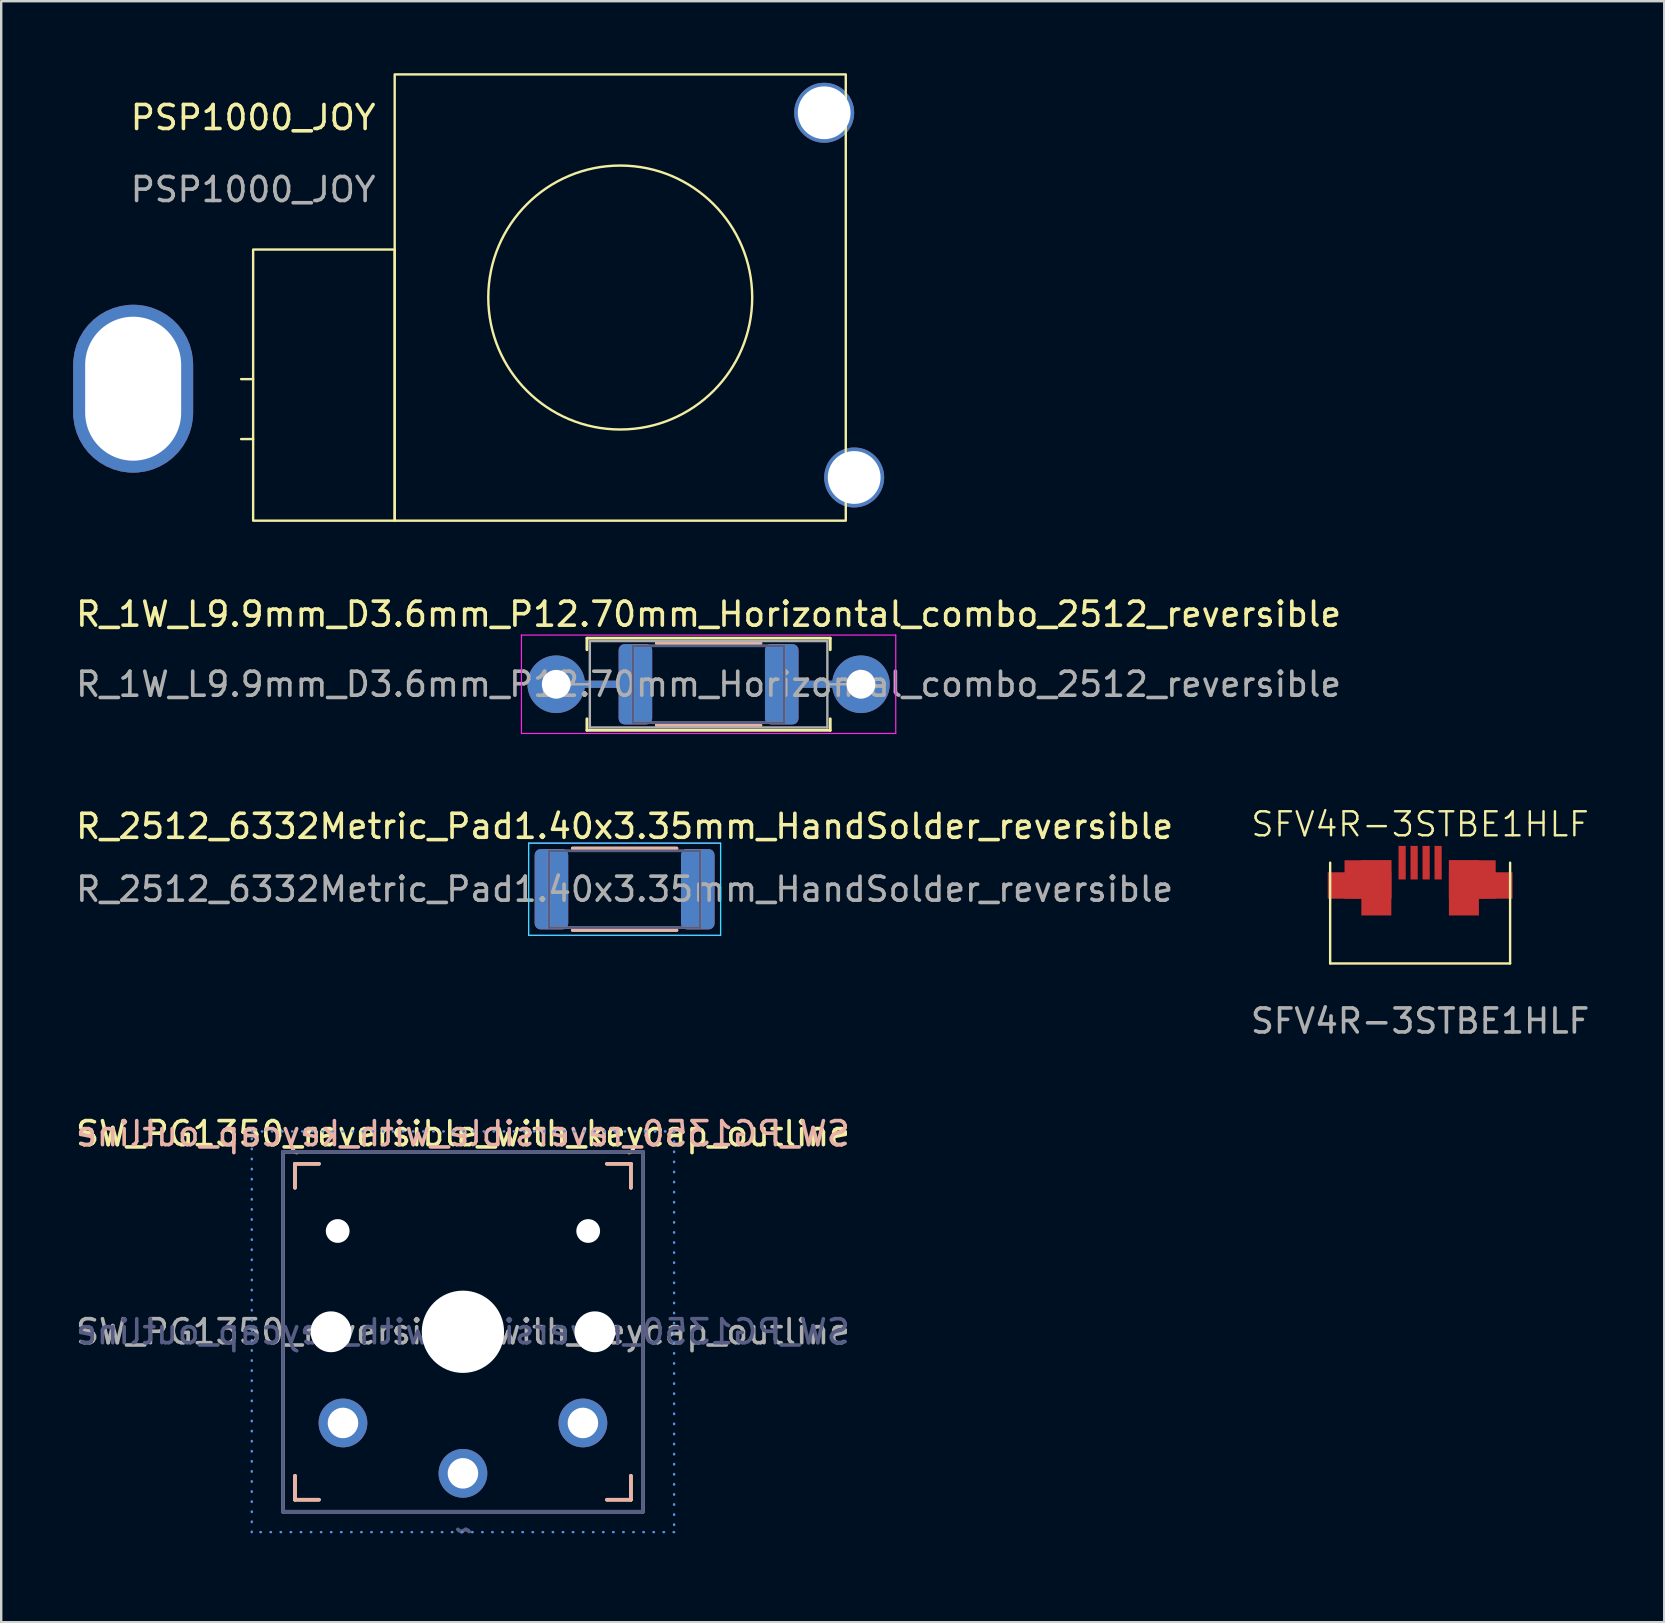
<source format=kicad_pcb>
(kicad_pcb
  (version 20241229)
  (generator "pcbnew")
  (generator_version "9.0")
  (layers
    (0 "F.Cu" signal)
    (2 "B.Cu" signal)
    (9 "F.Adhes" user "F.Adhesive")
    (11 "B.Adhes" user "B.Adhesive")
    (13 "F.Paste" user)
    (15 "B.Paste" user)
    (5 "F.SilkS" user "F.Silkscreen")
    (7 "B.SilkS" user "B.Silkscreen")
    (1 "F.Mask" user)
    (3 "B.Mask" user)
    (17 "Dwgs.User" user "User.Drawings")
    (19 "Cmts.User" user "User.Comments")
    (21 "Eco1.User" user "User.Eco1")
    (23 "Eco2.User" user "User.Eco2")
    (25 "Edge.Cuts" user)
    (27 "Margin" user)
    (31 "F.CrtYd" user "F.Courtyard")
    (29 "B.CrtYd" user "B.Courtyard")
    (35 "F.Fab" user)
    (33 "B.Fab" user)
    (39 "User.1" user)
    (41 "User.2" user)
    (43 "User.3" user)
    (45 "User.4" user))
  (footprint "PSP1000_JOY"
    (layer "F.Cu")
    (at 7.5 13.25)
    (property "Reference" "PSP1000_JOY" (at 0 -11.4 0) (unlocked yes) (layer "F.SilkS") (effects (font (size 1 1) (thickness 0.15))))
    (fp_line (start -0.5 -0.5) (end 0 -0.5) (stroke (width 0.1) (type default)) (layer "F.SilkS"))
    (fp_line (start -0.5 2) (end 0 2) (stroke (width 0.1) (type default)) (layer "F.SilkS"))
    (fp_rect (start 0 -5.9) (end 5.9 5.4) (stroke (width 0.1) (type default)) (fill no) (layer "F.SilkS"))
    (fp_rect (start 5.9 -13.2) (end 24.7 5.4) (stroke (width 0.1) (type default)) (fill no) (layer "F.SilkS"))
    (fp_circle (center 15.3 -3.9) (end 20.8 -3.9) (stroke (width 0.1) (type default)) (fill no) (layer "F.SilkS"))
    (fp_text user "${REFERENCE}" (at 0 -8.4 0) (unlocked yes) (layer "F.Fab") (effects (font (size 1 1) (thickness 0.15))))
    (pad "" np_thru_hole roundrect (at -5 -0.1) (size 5 7) (drill oval 4 6) (layers "*.Cu" "*.Mask") (roundrect_rratio 0.5))
    (pad "" np_thru_hole circle (at 23.8 -11.6) (size 2.5 2.5) (drill 2.2) (layers "*.Cu" "*.Mask"))
    (pad "" np_thru_hole circle (at 25.05 3.6) (size 2.5 2.5) (drill 2.2) (layers "*.Cu" "*.Mask")))
  (footprint "SW_PG1350_reversible_with_keycap_outline"
    (layer "F.Cu")
    (at 16.244 52.455)
    (property "Reference" "SW_PG1350_reversible_with_keycap_outline" (at 0 -8.255 0) (layer "F.SilkS") (effects (font (size 1 1) (thickness 0.15))))
    (property "Value" "~" (at 0 8.255 0) (layer "F.Fab") (hide yes) (effects (font (size 1 1) (thickness 0.15))))
    (attr through_hole)
    (fp_line (start -7 -7) (end -6 -7) (stroke (width 0.15) (type solid)) (layer "F.SilkS"))
    (fp_line (start -7 -6) (end -7 -7) (stroke (width 0.15) (type solid)) (layer "F.SilkS"))
    (fp_line (start -7 7) (end -7 6) (stroke (width 0.15) (type solid)) (layer "F.SilkS"))
    (fp_line (start -6 7) (end -7 7) (stroke (width 0.15) (type solid)) (layer "F.SilkS"))
    (fp_line (start 6 -7) (end 7 -7) (stroke (width 0.15) (type solid)) (layer "F.SilkS"))
    (fp_line (start 7 -7) (end 7 -6) (stroke (width 0.15) (type solid)) (layer "F.SilkS"))
    (fp_line (start 7 6) (end 7 7) (stroke (width 0.15) (type solid)) (layer "F.SilkS"))
    (fp_line (start 7 7) (end 6 7) (stroke (width 0.15) (type solid)) (layer "F.SilkS"))
    (fp_line (start -7 -7) (end -6 -7) (stroke (width 0.15) (type solid)) (layer "B.SilkS"))
    (fp_line (start -7 -6) (end -7 -7) (stroke (width 0.15) (type solid)) (layer "B.SilkS"))
    (fp_line (start -7 7) (end -7 6) (stroke (width 0.15) (type solid)) (layer "B.SilkS"))
    (fp_line (start -6 7) (end -7 7) (stroke (width 0.15) (type solid)) (layer "B.SilkS"))
    (fp_line (start 6 -7) (end 7 -7) (stroke (width 0.15) (type solid)) (layer "B.SilkS"))
    (fp_line (start 7 -7) (end 7 -6) (stroke (width 0.15) (type solid)) (layer "B.SilkS"))
    (fp_line (start 7 6) (end 7 7) (stroke (width 0.15) (type solid)) (layer "B.SilkS"))
    (fp_line (start 7 7) (end 6 7) (stroke (width 0.15) (type solid)) (layer "B.SilkS"))
    (fp_rect (start -8.8 -8.35) (end 8.8 8.35) (stroke (width 0.1) (type dot)) (fill no) (layer "Cmts.User"))
    (fp_line (start -6.9 6.9) (end -6.9 -6.9) (stroke (width 0.15) (type solid)) (layer "Eco2.User"))
    (fp_line (start -6.9 6.9) (end 6.9 6.9) (stroke (width 0.15) (type solid)) (layer "Eco2.User"))
    (fp_line (start -2.6 -3.1) (end -2.6 -6.3) (stroke (width 0.15) (type solid)) (layer "Eco2.User"))
    (fp_line (start -2.6 -3.1) (end 2.6 -3.1) (stroke (width 0.15) (type solid)) (layer "Eco2.User"))
    (fp_line (start 2.6 -6.3) (end -2.6 -6.3) (stroke (width 0.15) (type solid)) (layer "Eco2.User"))
    (fp_line (start 2.6 -3.1) (end 2.6 -6.3) (stroke (width 0.15) (type solid)) (layer "Eco2.User"))
    (fp_line (start 6.9 -6.9) (end -6.9 -6.9) (stroke (width 0.15) (type solid)) (layer "Eco2.User"))
    (fp_line (start 6.9 -6.9) (end 6.9 6.9) (stroke (width 0.15) (type solid)) (layer "Eco2.User"))
    (fp_line (start -7.5 -7.5) (end 7.5 -7.5) (stroke (width 0.15) (type solid)) (layer "B.Fab"))
    (fp_line (start -7.5 7.5) (end -7.5 -7.5) (stroke (width 0.15) (type solid)) (layer "B.Fab"))
    (fp_line (start 7.5 -7.5) (end 7.5 7.5) (stroke (width 0.15) (type solid)) (layer "B.Fab"))
    (fp_line (start 7.5 7.5) (end -7.5 7.5) (stroke (width 0.15) (type solid)) (layer "B.Fab"))
    (fp_line (start -7.5 -7.5) (end 7.5 -7.5) (stroke (width 0.15) (type solid)) (layer "F.Fab"))
    (fp_line (start -7.5 7.5) (end -7.5 -7.5) (stroke (width 0.15) (type solid)) (layer "F.Fab"))
    (fp_line (start 7.5 -7.5) (end 7.5 7.5) (stroke (width 0.15) (type solid)) (layer "F.Fab"))
    (fp_line (start 7.5 7.5) (end -7.5 7.5) (stroke (width 0.15) (type solid)) (layer "F.Fab"))
    (fp_text user "${REFERENCE}" (at 0 -8.255 0) (layer "B.SilkS") (effects (font (size 1 1) (thickness 0.15)) (justify mirror)))
    (fp_text user "${VALUE}" (at 0 8.255 0) (layer "B.Fab") (effects (font (size 1 1) (thickness 0.15)) (justify mirror)))
    (fp_text user "${REFERENCE}" (at 0 0 0) (layer "B.Fab") (effects (font (size 1 1) (thickness 0.15)) (justify mirror)))
    (fp_text user "${REFERENCE}" (at 0 0 0) (layer "F.Fab") (effects (font (size 1 1) (thickness 0.15))))
    (pad "" np_thru_hole circle (at -5.5 0) (size 1.702 1.702) (drill 1.702) (layers "*.Cu" "*.Mask"))
    (pad "" np_thru_hole circle (at -5.22 -4.2) (size 0.991 0.991) (drill 0.991) (layers "*.Cu" "*.Mask"))
    (pad "" np_thru_hole circle (at 0 0) (size 3.429 3.429) (drill 3.429) (layers "*.Cu" "*.Mask"))
    (pad "" np_thru_hole circle (at 5.22 -4.2) (size 0.991 0.991) (drill 0.991) (layers "*.Cu" "*.Mask"))
    (pad "" np_thru_hole circle (at 5.5 0) (size 1.702 1.702) (drill 1.702) (layers "*.Cu" "*.Mask"))
    (pad "1" thru_hole circle (at 0 5.9) (size 2.032 2.032) (drill 1.27) (layers "*.Cu" "*.Mask"))
    (pad "2" thru_hole circle (at -5 3.8) (size 2.032 2.032) (drill 1.27) (layers "*.Cu" "*.Mask"))
    (pad "2" thru_hole circle (at 5 3.8) (size 2.032 2.032) (drill 1.27) (layers "*.Cu" "*.Mask")))
  (footprint "SFV4R-3STBE1HLF"
    (layer "F.Cu")
    (at 56.137 32.904)
    (property "Reference" "SFV4R-3STBE1HLF" (at 0 -1.6 0) (unlocked yes) (layer "F.SilkS") (effects (font (size 1 1) (thickness 0.1))))
    (attr smd)
    (fp_line (start -3.75 4.2) (end -3.75 0) (stroke (width 0.1) (type default)) (layer "F.SilkS"))
    (fp_line (start 3.75 0) (end 3.75 4.2) (stroke (width 0.1) (type default)) (layer "F.SilkS"))
    (fp_line (start 3.75 4.2) (end -3.75 4.2) (stroke (width 0.1) (type default)) (layer "F.SilkS"))
    (fp_text user "${REFERENCE}" (at 0 6.6 0) (unlocked yes) (layer "F.Fab") (effects (font (size 1 1) (thickness 0.15))))
    (pad "" smd rect (at -2.525 0.95) (size 2.65 1.1) (layers "F.Cu" "F.Mask" "F.Paste"))
    (pad "" smd rect (at -2.175 0.7) (size 1.95 1.6) (layers "F.Cu" "F.Mask" "F.Paste"))
    (pad "" smd rect (at -1.825 1.05) (size 1.25 2.3) (layers "F.Cu" "F.Mask" "F.Paste"))
    (pad "" smd rect (at 1.825 1.05) (size 1.25 2.3) (layers "F.Cu" "F.Mask" "F.Paste"))
    (pad "" smd rect (at 2.175 0.7) (size 1.95 1.6) (layers "F.Cu" "F.Mask" "F.Paste"))
    (pad "" smd rect (at 2.525 0.95) (size 2.65 1.1) (layers "F.Cu" "F.Mask" "F.Paste"))
    (pad "1" smd rect (at -0.75 0) (size 0.3 1.4) (layers "F.Cu" "F.Mask" "F.Paste"))
    (pad "2" smd rect (at -0.25 0) (size 0.3 1.4) (layers "F.Cu" "F.Mask" "F.Paste"))
    (pad "3" smd rect (at 0.25 0) (size 0.3 1.4) (layers "F.Cu" "F.Mask" "F.Paste"))
    (pad "4" smd rect (at 0.75 0) (size 0.3 1.4) (layers "F.Cu" "F.Mask" "F.Paste")))
  (footprint "R_1W_L9.9mm_D3.6mm_P12.70mm_Horizontal_combo_2512_reversible"
    (layer "F.Cu")
    (at 26.482 25.468)
    (property "Reference" "R_1W_L9.9mm_D3.6mm_P12.70mm_Horizontal_combo_2512_reversible" (at 0 -2.92 0) (layer "F.SilkS") (effects (font (size 1 1) (thickness 0.15))))
    (attr smd)
    (fp_line (start -5.07 -1.92) (end 5.07 -1.92) (stroke (width 0.12) (type solid)) (layer "F.SilkS"))
    (fp_line (start -5.07 -1.44) (end -5.07 -1.92) (stroke (width 0.12) (type solid)) (layer "F.SilkS"))
    (fp_line (start -5.07 1.44) (end -5.07 1.92) (stroke (width 0.12) (type solid)) (layer "F.SilkS"))
    (fp_line (start -5.07 1.92) (end 5.07 1.92) (stroke (width 0.12) (type solid)) (layer "F.SilkS"))
    (fp_line (start -2.177 -1.71) (end 2.177 -1.71) (stroke (width 0.12) (type solid)) (layer "F.SilkS"))
    (fp_line (start -2.177 1.71) (end 2.177 1.71) (stroke (width 0.12) (type solid)) (layer "F.SilkS"))
    (fp_line (start 5.07 -1.92) (end 5.07 -1.44) (stroke (width 0.12) (type solid)) (layer "F.SilkS"))
    (fp_line (start 5.07 1.92) (end 5.07 1.44) (stroke (width 0.12) (type solid)) (layer "F.SilkS"))
    (fp_line (start 2.177 -1.71) (end -2.177 -1.71) (stroke (width 0.12) (type solid)) (layer "B.SilkS"))
    (fp_line (start 2.177 1.71) (end -2.177 1.71) (stroke (width 0.12) (type solid)) (layer "B.SilkS"))
    (fp_line (start -7.8 -2.05) (end -7.8 2.05) (stroke (width 0.05) (type solid)) (layer "F.CrtYd"))
    (fp_line (start -7.8 2.05) (end 7.8 2.05) (stroke (width 0.05) (type solid)) (layer "F.CrtYd"))
    (fp_line (start 7.8 -2.05) (end -7.8 -2.05) (stroke (width 0.05) (type solid)) (layer "F.CrtYd"))
    (fp_line (start 7.8 2.05) (end 7.8 -2.05) (stroke (width 0.05) (type solid)) (layer "F.CrtYd"))
    (fp_line (start -3.15 -1.6) (end -3.15 1.6) (stroke (width 0.1) (type solid)) (layer "B.Fab"))
    (fp_line (start -3.15 1.6) (end 3.15 1.6) (stroke (width 0.1) (type solid)) (layer "B.Fab"))
    (fp_line (start 3.15 -1.6) (end -3.15 -1.6) (stroke (width 0.1) (type solid)) (layer "B.Fab"))
    (fp_line (start 3.15 1.6) (end 3.15 -1.6) (stroke (width 0.1) (type solid)) (layer "B.Fab"))
    (fp_line (start -6.35 0) (end -4.95 0) (stroke (width 0.1) (type solid)) (layer "F.Fab"))
    (fp_line (start -4.95 -1.8) (end -4.95 1.8) (stroke (width 0.1) (type solid)) (layer "F.Fab"))
    (fp_line (start -4.95 1.8) (end 4.95 1.8) (stroke (width 0.1) (type solid)) (layer "F.Fab"))
    (fp_line (start -3.15 -1.6) (end 3.15 -1.6) (stroke (width 0.1) (type solid)) (layer "F.Fab"))
    (fp_line (start -3.15 1.6) (end -3.15 -1.6) (stroke (width 0.1) (type solid)) (layer "F.Fab"))
    (fp_line (start 3.15 -1.6) (end 3.15 1.6) (stroke (width 0.1) (type solid)) (layer "F.Fab"))
    (fp_line (start 3.15 1.6) (end -3.15 1.6) (stroke (width 0.1) (type solid)) (layer "F.Fab"))
    (fp_line (start 4.95 -1.8) (end -4.95 -1.8) (stroke (width 0.1) (type solid)) (layer "F.Fab"))
    (fp_line (start 4.95 1.8) (end 4.95 -1.8) (stroke (width 0.1) (type solid)) (layer "F.Fab"))
    (fp_line (start 6.35 0) (end 4.95 0) (stroke (width 0.1) (type solid)) (layer "F.Fab"))
    (fp_text user "${REFERENCE}" (at 0 0 0) (layer "F.Fab") (effects (font (size 1 1) (thickness 0.15))))
    (pad "1" thru_hole circle (at -6.35 0) (size 2.4 2.4) (drill 1.2) (layers "*.Cu" "*.Mask"))
    (pad "1" smd rect (at -4.32 0) (size 2.54 0.3) (layers "F.Cu"))
    (pad "1" smd rect (at -4.32 0) (size 2.54 0.3) (layers "B.Cu"))
    (pad "1" smd roundrect (at -3.05 0) (size 1.4 3.35) (layers "F.Cu" "F.Mask" "F.Paste") (roundrect_rratio 0.179))
    (pad "1" smd roundrect (at -3.05 0) (size 1.4 3.35) (layers "B.Cu" "B.Mask" "B.Paste") (roundrect_rratio 0.179))
    (pad "2" smd roundrect (at 3.05 0) (size 1.4 3.35) (layers "F.Cu" "F.Mask" "F.Paste") (roundrect_rratio 0.179))
    (pad "2" smd roundrect (at 3.05 0) (size 1.4 3.35) (layers "B.Cu" "B.Mask" "B.Paste") (roundrect_rratio 0.179))
    (pad "2" smd rect (at 4.32 0) (size 2.54 0.3) (layers "F.Cu"))
    (pad "2" smd rect (at 4.32 0) (size 2.54 0.3) (layers "B.Cu"))
    (pad "2" thru_hole oval (at 6.35 0) (size 2.4 2.4) (drill 1.2) (layers "*.Cu" "*.Mask")))
  (footprint "R_2512_6332Metric_Pad1.40x3.35mm_HandSolder_reversible"
    (layer "F.Cu")
    (at 22.982 34.011)
    (property "Reference" "R_2512_6332Metric_Pad1.40x3.35mm_HandSolder_reversible" (at 0 -2.62 0) (layer "F.SilkS") (effects (font (size 1 1) (thickness 0.15))))
    (attr smd)
    (fp_line (start -2.177 -1.71) (end 2.177 -1.71) (stroke (width 0.12) (type solid)) (layer "F.SilkS"))
    (fp_line (start -2.177 1.71) (end 2.177 1.71) (stroke (width 0.12) (type solid)) (layer "F.SilkS"))
    (fp_line (start 2.177 -1.71) (end -2.177 -1.71) (stroke (width 0.12) (type solid)) (layer "B.SilkS"))
    (fp_line (start 2.177 1.71) (end -2.177 1.71) (stroke (width 0.12) (type solid)) (layer "B.SilkS"))
    (fp_line (start -4 -1.92) (end -4 1.92) (stroke (width 0.05) (type solid)) (layer "B.CrtYd"))
    (fp_line (start -4 1.92) (end 4 1.92) (stroke (width 0.05) (type solid)) (layer "B.CrtYd"))
    (fp_line (start 4 -1.92) (end -4 -1.92) (stroke (width 0.05) (type solid)) (layer "B.CrtYd"))
    (fp_line (start 4 1.92) (end 4 -1.92) (stroke (width 0.05) (type solid)) (layer "B.CrtYd"))
    (fp_line (start -4 -1.92) (end 4 -1.92) (stroke (width 0.05) (type solid)) (layer "F.CrtYd"))
    (fp_line (start -4 1.92) (end -4 -1.92) (stroke (width 0.05) (type solid)) (layer "F.CrtYd"))
    (fp_line (start 4 -1.92) (end 4 1.92) (stroke (width 0.05) (type solid)) (layer "F.CrtYd"))
    (fp_line (start 4 1.92) (end -4 1.92) (stroke (width 0.05) (type solid)) (layer "F.CrtYd"))
    (fp_line (start -3.15 -1.6) (end -3.15 1.6) (stroke (width 0.1) (type solid)) (layer "B.Fab"))
    (fp_line (start -3.15 1.6) (end 3.15 1.6) (stroke (width 0.1) (type solid)) (layer "B.Fab"))
    (fp_line (start 3.15 -1.6) (end -3.15 -1.6) (stroke (width 0.1) (type solid)) (layer "B.Fab"))
    (fp_line (start 3.15 1.6) (end 3.15 -1.6) (stroke (width 0.1) (type solid)) (layer "B.Fab"))
    (fp_line (start -3.15 -1.6) (end 3.15 -1.6) (stroke (width 0.1) (type solid)) (layer "F.Fab"))
    (fp_line (start -3.15 1.6) (end -3.15 -1.6) (stroke (width 0.1) (type solid)) (layer "F.Fab"))
    (fp_line (start 3.15 -1.6) (end 3.15 1.6) (stroke (width 0.1) (type solid)) (layer "F.Fab"))
    (fp_line (start 3.15 1.6) (end -3.15 1.6) (stroke (width 0.1) (type solid)) (layer "F.Fab"))
    (fp_text user "${REFERENCE}" (at 0 0 0) (layer "F.Fab") (effects (font (size 1 1) (thickness 0.15))))
    (pad "1" smd roundrect (at -3.05 0) (size 1.4 3.35) (layers "F.Cu" "F.Mask" "F.Paste") (roundrect_rratio 0.179))
    (pad "1" smd roundrect (at -3.05 0) (size 1.4 3.35) (layers "B.Cu" "B.Mask" "B.Paste") (roundrect_rratio 0.179))
    (pad "2" smd roundrect (at 3.05 0) (size 1.4 3.35) (layers "F.Cu" "F.Mask" "F.Paste") (roundrect_rratio 0.179))
    (pad "2" smd roundrect (at 3.05 0) (size 1.4 3.35) (layers "B.Cu" "B.Mask" "B.Paste") (roundrect_rratio 0.179)))
  (gr_rect
    (start -3 -3)
    (end 66.31 64.558)
    (stroke (width 0.1) (type default))
    (fill no)
    (layer "Edge.Cuts")))
</source>
